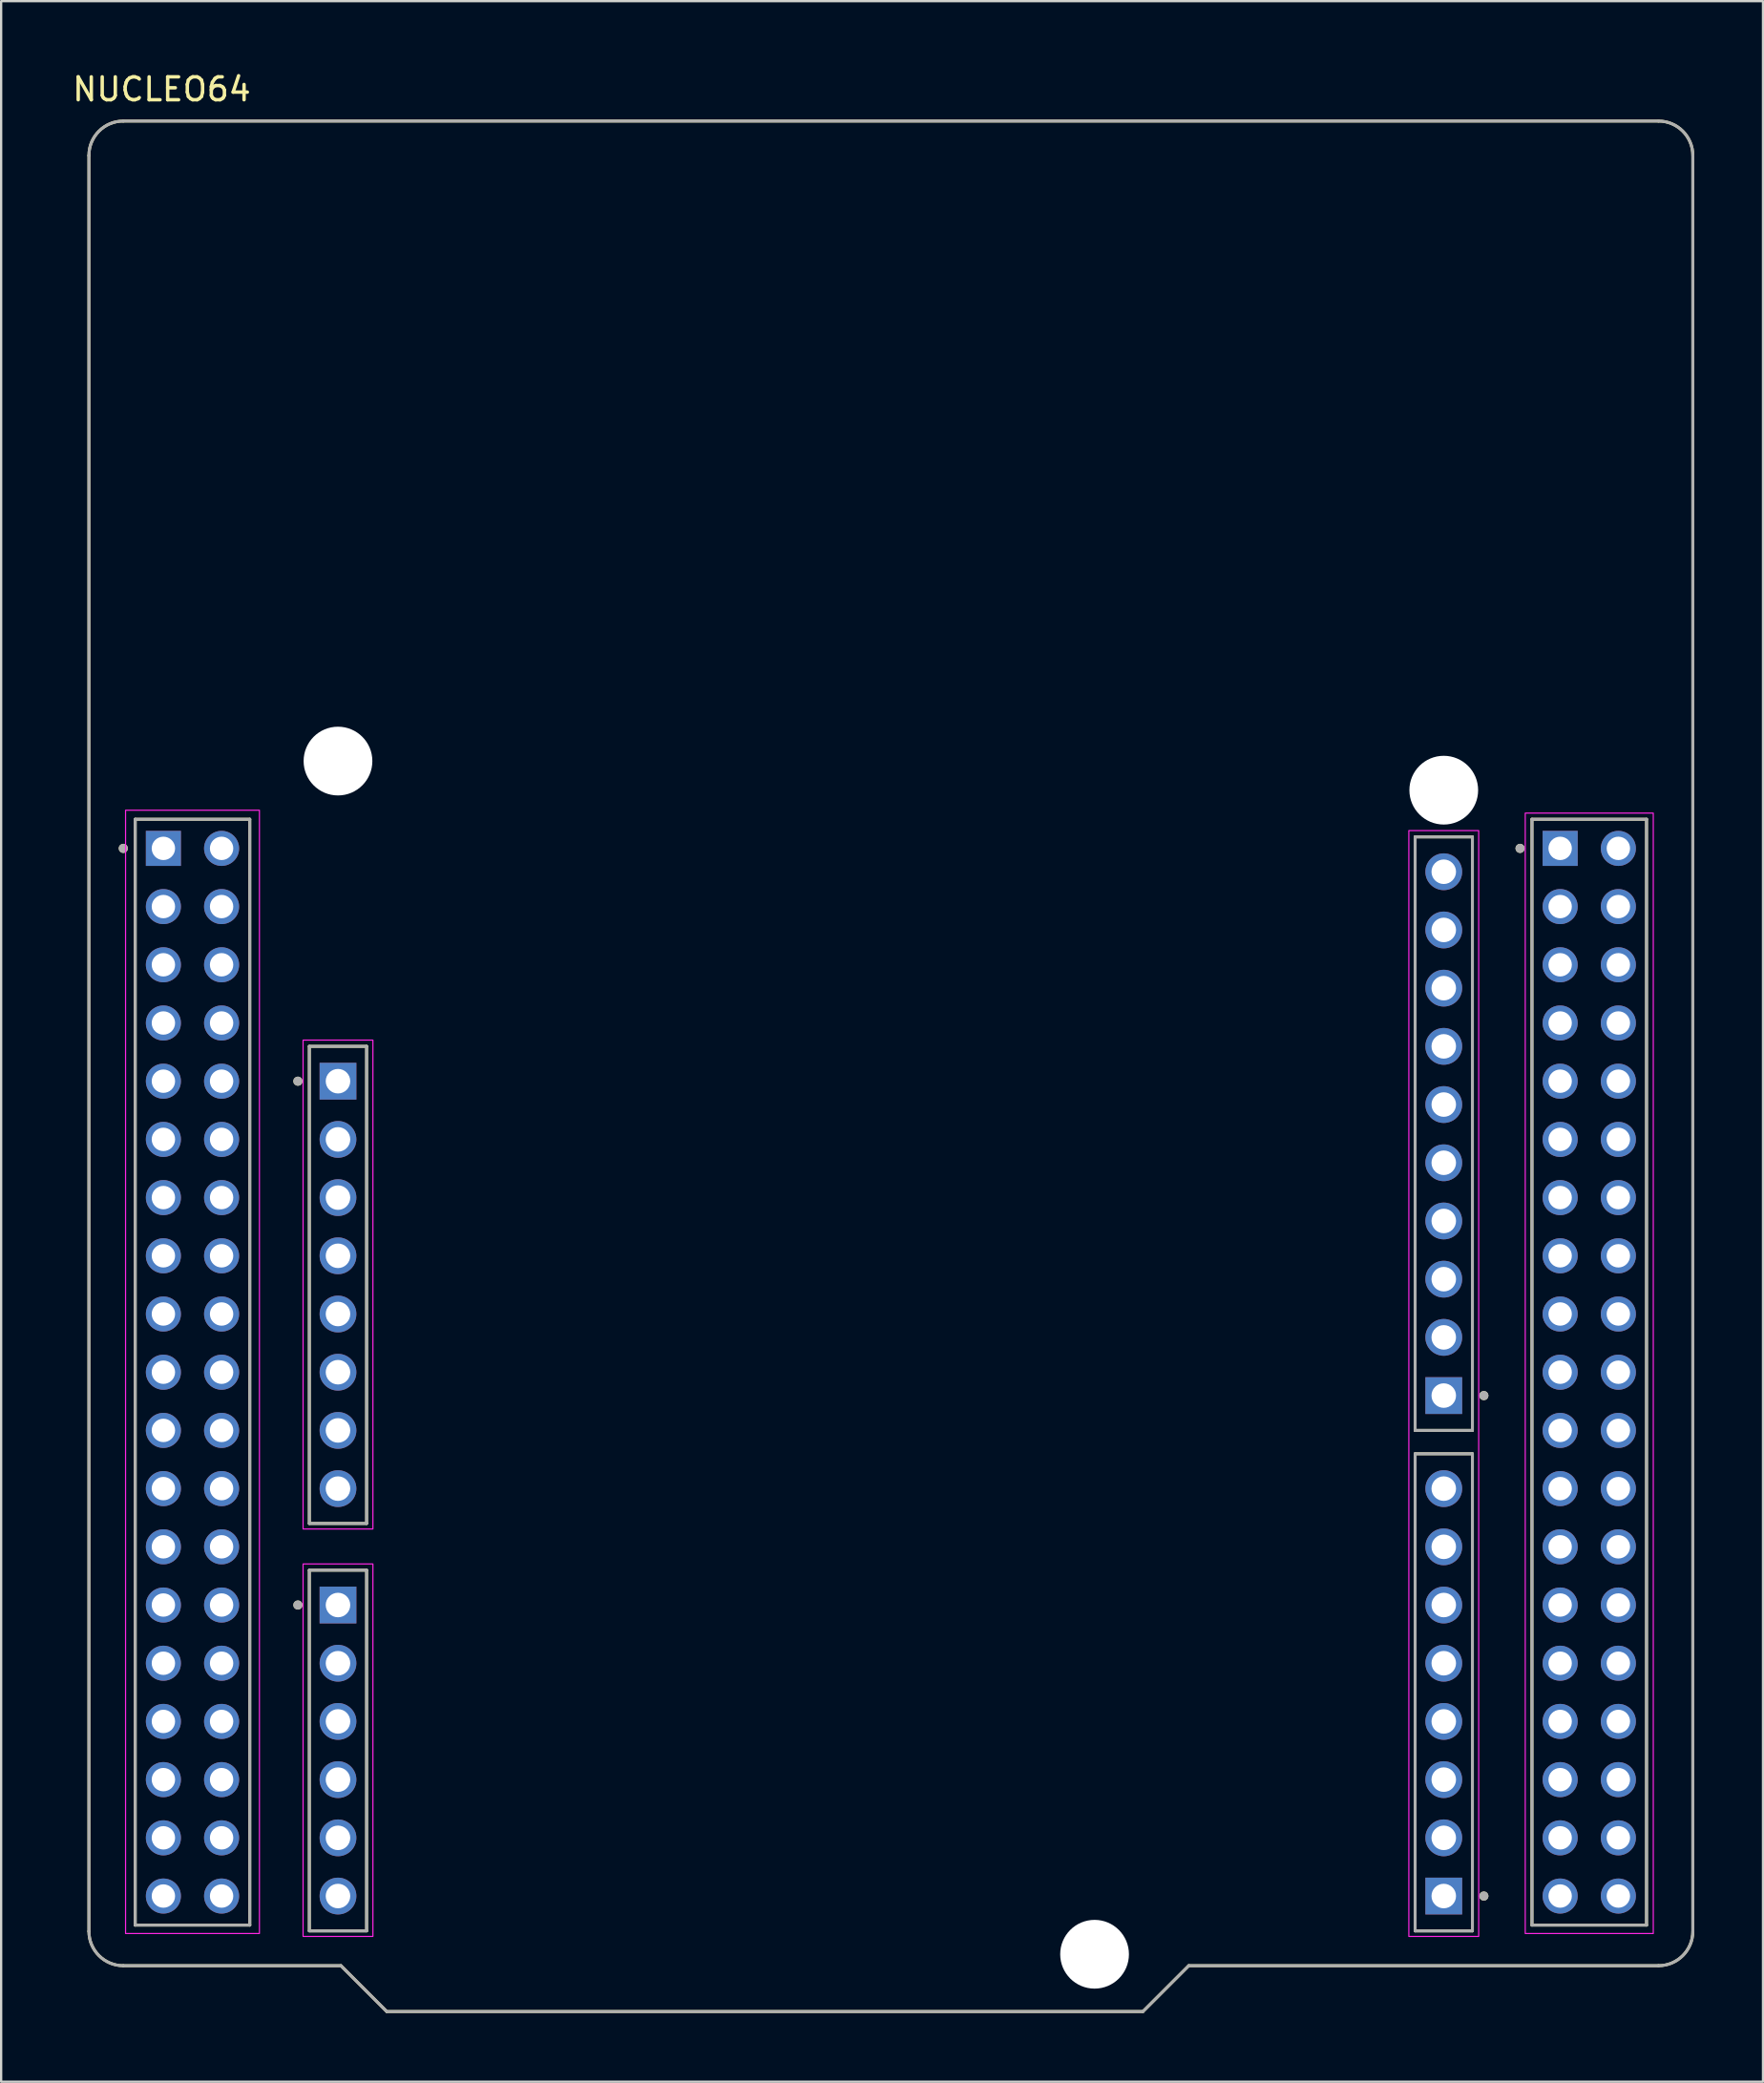
<source format=kicad_pcb>
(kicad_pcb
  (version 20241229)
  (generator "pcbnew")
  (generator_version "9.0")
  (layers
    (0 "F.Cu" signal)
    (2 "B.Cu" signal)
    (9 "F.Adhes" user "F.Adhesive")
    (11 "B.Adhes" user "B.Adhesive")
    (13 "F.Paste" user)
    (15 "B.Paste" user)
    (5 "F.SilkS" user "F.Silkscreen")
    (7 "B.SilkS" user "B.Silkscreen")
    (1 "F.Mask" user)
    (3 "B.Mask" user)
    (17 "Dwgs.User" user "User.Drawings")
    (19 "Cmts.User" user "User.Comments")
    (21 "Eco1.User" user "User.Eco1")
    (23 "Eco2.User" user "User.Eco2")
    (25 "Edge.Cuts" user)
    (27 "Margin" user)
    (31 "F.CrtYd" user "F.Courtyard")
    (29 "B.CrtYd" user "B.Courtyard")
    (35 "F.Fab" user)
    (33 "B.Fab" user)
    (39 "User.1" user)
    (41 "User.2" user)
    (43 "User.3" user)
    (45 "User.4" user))
  (footprint "NUCLEO64"
    (layer "F.Cu")
    (at 35.831 43.483)
    (property "Reference" "NUCLEO64" (at -31.825 -42.635 0) (layer "F.SilkS") (effects (font (size 1 1) (thickness 0.15))))
    (attr through_hole)
    (fp_line (start -35 37.75) (end -35 -39.75) (stroke (width 0.127) (type solid)) (layer "F.SilkS"))
    (fp_line (start -33.5 -41.25) (end 33.5 -41.25) (stroke (width 0.127) (type solid)) (layer "F.SilkS"))
    (fp_line (start -32.98 -10.78) (end -32.98 37.48) (stroke (width 0.127) (type solid)) (layer "F.SilkS"))
    (fp_line (start -32.98 37.48) (end -27.98 37.48) (stroke (width 0.127) (type solid)) (layer "F.SilkS"))
    (fp_line (start -27.98 -10.78) (end -32.98 -10.78) (stroke (width 0.127) (type solid)) (layer "F.SilkS"))
    (fp_line (start -27.98 37.48) (end -27.98 -10.78) (stroke (width 0.127) (type solid)) (layer "F.SilkS"))
    (fp_line (start -25.38 -0.87) (end -25.38 19.95) (stroke (width 0.127) (type solid)) (layer "F.SilkS"))
    (fp_line (start -25.38 19.95) (end -22.88 19.95) (stroke (width 0.127) (type solid)) (layer "F.SilkS"))
    (fp_line (start -25.38 21.99) (end -25.38 37.73) (stroke (width 0.127) (type solid)) (layer "F.SilkS"))
    (fp_line (start -25.38 37.73) (end -22.88 37.73) (stroke (width 0.127) (type solid)) (layer "F.SilkS"))
    (fp_line (start -24 39.25) (end -33.5 39.25) (stroke (width 0.127) (type solid)) (layer "F.SilkS"))
    (fp_line (start -22.88 -0.87) (end -25.38 -0.87) (stroke (width 0.127) (type solid)) (layer "F.SilkS"))
    (fp_line (start -22.88 19.95) (end -22.88 -0.87) (stroke (width 0.127) (type solid)) (layer "F.SilkS"))
    (fp_line (start -22.88 21.99) (end -25.38 21.99) (stroke (width 0.127) (type solid)) (layer "F.SilkS"))
    (fp_line (start -22.88 37.73) (end -22.88 21.99) (stroke (width 0.127) (type solid)) (layer "F.SilkS"))
    (fp_line (start -22 41.25) (end -24 39.25) (stroke (width 0.127) (type solid)) (layer "F.SilkS"))
    (fp_line (start 11 41.25) (end -22 41.25) (stroke (width 0.127) (type solid)) (layer "F.SilkS"))
    (fp_line (start 13 39.25) (end 11 41.25) (stroke (width 0.127) (type solid)) (layer "F.SilkS"))
    (fp_line (start 22.88 -10.01) (end 22.88 15.89) (stroke (width 0.127) (type solid)) (layer "F.SilkS"))
    (fp_line (start 22.88 15.89) (end 25.38 15.89) (stroke (width 0.127) (type solid)) (layer "F.SilkS"))
    (fp_line (start 22.88 16.91) (end 22.88 37.73) (stroke (width 0.127) (type solid)) (layer "F.SilkS"))
    (fp_line (start 22.88 37.73) (end 25.38 37.73) (stroke (width 0.127) (type solid)) (layer "F.SilkS"))
    (fp_line (start 25.38 -10.01) (end 22.88 -10.01) (stroke (width 0.127) (type solid)) (layer "F.SilkS"))
    (fp_line (start 25.38 15.89) (end 25.38 -10.01) (stroke (width 0.127) (type solid)) (layer "F.SilkS"))
    (fp_line (start 25.38 16.91) (end 22.88 16.91) (stroke (width 0.127) (type solid)) (layer "F.SilkS"))
    (fp_line (start 25.38 37.73) (end 25.38 16.91) (stroke (width 0.127) (type solid)) (layer "F.SilkS"))
    (fp_line (start 27.98 -10.78) (end 27.98 37.48) (stroke (width 0.127) (type solid)) (layer "F.SilkS"))
    (fp_line (start 27.98 37.48) (end 32.98 37.48) (stroke (width 0.127) (type solid)) (layer "F.SilkS"))
    (fp_line (start 32.98 -10.78) (end 27.98 -10.78) (stroke (width 0.127) (type solid)) (layer "F.SilkS"))
    (fp_line (start 32.98 37.48) (end 32.98 -10.78) (stroke (width 0.127) (type solid)) (layer "F.SilkS"))
    (fp_line (start 33.5 39.25) (end 13 39.25) (stroke (width 0.127) (type solid)) (layer "F.SilkS"))
    (fp_line (start 35 -39.75) (end 35 37.75) (stroke (width 0.127) (type solid)) (layer "F.SilkS"))
    (fp_arc (start -35 -39.75) (mid -34.56066 -40.81066) (end -33.5 -41.25) (stroke (width 0.127) (type solid)) (layer "F.SilkS"))
    (fp_arc (start -33.5 39.25) (mid -34.56066 38.81066) (end -35 37.75) (stroke (width 0.127) (type solid)) (layer "F.SilkS"))
    (fp_arc (start 33.5 -41.25) (mid 34.56066 -40.81066) (end 35 -39.75) (stroke (width 0.127) (type solid)) (layer "F.SilkS"))
    (fp_arc (start 35 37.75) (mid 34.56066 38.81066) (end 33.5 39.25) (stroke (width 0.127) (type solid)) (layer "F.SilkS"))
    (fp_circle (center -33.5 -9.51) (end -33.4 -9.51) (stroke (width 0.2) (type solid)) (fill no) (layer "F.SilkS"))
    (fp_circle (center -25.88 0.65) (end -25.78 0.65) (stroke (width 0.2) (type solid)) (fill no) (layer "F.SilkS"))
    (fp_circle (center -25.88 23.51) (end -25.78 23.51) (stroke (width 0.2) (type solid)) (fill no) (layer "F.SilkS"))
    (fp_circle (center 25.88 14.37) (end 25.98 14.37) (stroke (width 0.2) (type solid)) (fill no) (layer "F.SilkS"))
    (fp_circle (center 25.88 36.21) (end 25.98 36.21) (stroke (width 0.2) (type solid)) (fill no) (layer "F.SilkS"))
    (fp_circle (center 27.46 -9.51) (end 27.56 -9.51) (stroke (width 0.2) (type solid)) (fill no) (layer "F.SilkS"))
    (fp_rect (start -33.401 -11.176) (end -27.559 37.846) (stroke (width 0.05) (type default)) (fill no) (layer "F.CrtYd"))
    (fp_rect (start -25.654 -1.143) (end -22.606 20.193) (stroke (width 0.05) (type default)) (fill no) (layer "F.CrtYd"))
    (fp_rect (start -25.654 21.717) (end -22.606 37.973) (stroke (width 0.05) (type default)) (fill no) (layer "F.CrtYd"))
    (fp_rect (start 22.606 -10.287) (end 25.654 37.973) (stroke (width 0.05) (type default)) (fill no) (layer "F.CrtYd"))
    (fp_rect (start 27.686 -11.049) (end 33.274 37.846) (stroke (width 0.05) (type default)) (fill no) (layer "F.CrtYd"))
    (fp_line (start -35 37.75) (end -35 -39.75) (stroke (width 0.127) (type solid)) (layer "F.Fab"))
    (fp_line (start -33.5 -41.25) (end 33.5 -41.25) (stroke (width 0.127) (type solid)) (layer "F.Fab"))
    (fp_line (start -32.98 -10.78) (end -32.98 37.48) (stroke (width 0.127) (type solid)) (layer "F.Fab"))
    (fp_line (start -32.98 37.48) (end -27.98 37.48) (stroke (width 0.127) (type solid)) (layer "F.Fab"))
    (fp_line (start -27.98 -10.78) (end -32.98 -10.78) (stroke (width 0.127) (type solid)) (layer "F.Fab"))
    (fp_line (start -27.98 37.48) (end -27.98 -10.78) (stroke (width 0.127) (type solid)) (layer "F.Fab"))
    (fp_line (start -25.38 -0.87) (end -25.38 19.95) (stroke (width 0.127) (type solid)) (layer "F.Fab"))
    (fp_line (start -25.38 19.95) (end -22.88 19.95) (stroke (width 0.127) (type solid)) (layer "F.Fab"))
    (fp_line (start -25.38 21.99) (end -25.38 37.73) (stroke (width 0.127) (type solid)) (layer "F.Fab"))
    (fp_line (start -25.38 37.73) (end -22.88 37.73) (stroke (width 0.127) (type solid)) (layer "F.Fab"))
    (fp_line (start -24 39.25) (end -33.5 39.25) (stroke (width 0.127) (type solid)) (layer "F.Fab"))
    (fp_line (start -22.88 -0.87) (end -25.38 -0.87) (stroke (width 0.127) (type solid)) (layer "F.Fab"))
    (fp_line (start -22.88 19.95) (end -22.88 -0.87) (stroke (width 0.127) (type solid)) (layer "F.Fab"))
    (fp_line (start -22.88 21.99) (end -25.38 21.99) (stroke (width 0.127) (type solid)) (layer "F.Fab"))
    (fp_line (start -22.88 37.73) (end -22.88 21.99) (stroke (width 0.127) (type solid)) (layer "F.Fab"))
    (fp_line (start -22 41.25) (end -24 39.25) (stroke (width 0.127) (type solid)) (layer "F.Fab"))
    (fp_line (start 11 41.25) (end -22 41.25) (stroke (width 0.127) (type solid)) (layer "F.Fab"))
    (fp_line (start 13 39.25) (end 11 41.25) (stroke (width 0.127) (type solid)) (layer "F.Fab"))
    (fp_line (start 22.88 -10.01) (end 22.88 15.89) (stroke (width 0.127) (type solid)) (layer "F.Fab"))
    (fp_line (start 22.88 15.89) (end 25.38 15.89) (stroke (width 0.127) (type solid)) (layer "F.Fab"))
    (fp_line (start 22.88 16.91) (end 22.88 37.73) (stroke (width 0.127) (type solid)) (layer "F.Fab"))
    (fp_line (start 22.88 37.73) (end 25.38 37.73) (stroke (width 0.127) (type solid)) (layer "F.Fab"))
    (fp_line (start 25.38 -10.01) (end 22.88 -10.01) (stroke (width 0.127) (type solid)) (layer "F.Fab"))
    (fp_line (start 25.38 15.89) (end 25.38 -10.01) (stroke (width 0.127) (type solid)) (layer "F.Fab"))
    (fp_line (start 25.38 16.91) (end 22.88 16.91) (stroke (width 0.127) (type solid)) (layer "F.Fab"))
    (fp_line (start 25.38 37.73) (end 25.38 16.91) (stroke (width 0.127) (type solid)) (layer "F.Fab"))
    (fp_line (start 27.98 -10.78) (end 27.98 37.48) (stroke (width 0.127) (type solid)) (layer "F.Fab"))
    (fp_line (start 27.98 37.48) (end 32.98 37.48) (stroke (width 0.127) (type solid)) (layer "F.Fab"))
    (fp_line (start 32.98 -10.78) (end 27.98 -10.78) (stroke (width 0.127) (type solid)) (layer "F.Fab"))
    (fp_line (start 32.98 37.48) (end 32.98 -10.78) (stroke (width 0.127) (type solid)) (layer "F.Fab"))
    (fp_line (start 33.5 39.25) (end 13 39.25) (stroke (width 0.127) (type solid)) (layer "F.Fab"))
    (fp_line (start 35 -39.75) (end 35 37.75) (stroke (width 0.127) (type solid)) (layer "F.Fab"))
    (fp_arc (start -35 -39.75) (mid -34.56066 -40.81066) (end -33.5 -41.25) (stroke (width 0.127) (type solid)) (layer "F.Fab"))
    (fp_arc (start -33.5 39.25) (mid -34.56066 38.81066) (end -35 37.75) (stroke (width 0.127) (type solid)) (layer "F.Fab"))
    (fp_arc (start 33.5 -41.25) (mid 34.56066 -40.81066) (end 35 -39.75) (stroke (width 0.127) (type solid)) (layer "F.Fab"))
    (fp_arc (start 35 37.75) (mid 34.56066 38.81066) (end 33.5 39.25) (stroke (width 0.127) (type solid)) (layer "F.Fab"))
    (fp_circle (center -33.5 -9.51) (end -33.4 -9.51) (stroke (width 0.2) (type solid)) (fill no) (layer "F.Fab"))
    (fp_circle (center -25.88 0.65) (end -25.78 0.65) (stroke (width 0.2) (type solid)) (fill no) (layer "F.Fab"))
    (fp_circle (center -25.88 23.51) (end -25.78 23.51) (stroke (width 0.2) (type solid)) (fill no) (layer "F.Fab"))
    (fp_circle (center 25.88 14.37) (end 25.98 14.37) (stroke (width 0.2) (type solid)) (fill no) (layer "F.Fab"))
    (fp_circle (center 25.88 36.21) (end 25.98 36.21) (stroke (width 0.2) (type solid)) (fill no) (layer "F.Fab"))
    (fp_circle (center 27.46 -9.51) (end 27.56 -9.51) (stroke (width 0.2) (type solid)) (fill no) (layer "F.Fab"))
    (pad "" np_thru_hole circle (at -24.13 -13.32) (size 3 3) (drill 3) (layers "*.Cu" "*.Mask"))
    (pad "" np_thru_hole circle (at 8.89 38.75) (size 3 3) (drill 3) (layers "*.Cu" "*.Mask"))
    (pad "" np_thru_hole circle (at 24.13 -12.05) (size 3 3) (drill 3) (layers "*.Cu" "*.Mask"))
    (pad "CN5_1" thru_hole rect (at 24.13 14.37) (size 1.605 1.605) (drill 1.07) (layers "*.Cu" "*.Mask"))
    (pad "CN5_2" thru_hole circle (at 24.13 11.83) (size 1.605 1.605) (drill 1.07) (layers "*.Cu" "*.Mask"))
    (pad "CN5_3" thru_hole circle (at 24.13 9.29) (size 1.605 1.605) (drill 1.07) (layers "*.Cu" "*.Mask"))
    (pad "CN5_4" thru_hole circle (at 24.13 6.75) (size 1.605 1.605) (drill 1.07) (layers "*.Cu" "*.Mask"))
    (pad "CN5_5" thru_hole circle (at 24.13 4.21) (size 1.605 1.605) (drill 1.07) (layers "*.Cu" "*.Mask"))
    (pad "CN5_6" thru_hole circle (at 24.13 1.67) (size 1.605 1.605) (drill 1.07) (layers "*.Cu" "*.Mask"))
    (pad "CN5_7" thru_hole circle (at 24.13 -0.87) (size 1.605 1.605) (drill 1.07) (layers "*.Cu" "*.Mask"))
    (pad "CN5_8" thru_hole circle (at 24.13 -3.41) (size 1.605 1.605) (drill 1.07) (layers "*.Cu" "*.Mask"))
    (pad "CN5_9" thru_hole circle (at 24.13 -5.95) (size 1.605 1.605) (drill 1.07) (layers "*.Cu" "*.Mask"))
    (pad "CN5_10" thru_hole circle (at 24.13 -8.49) (size 1.605 1.605) (drill 1.07) (layers "*.Cu" "*.Mask"))
    (pad "CN6_1" thru_hole rect (at -24.13 0.65) (size 1.605 1.605) (drill 1.07) (layers "*.Cu" "*.Mask"))
    (pad "CN6_2" thru_hole circle (at -24.13 3.19) (size 1.605 1.605) (drill 1.07) (layers "*.Cu" "*.Mask"))
    (pad "CN6_3" thru_hole circle (at -24.13 5.73) (size 1.605 1.605) (drill 1.07) (layers "*.Cu" "*.Mask"))
    (pad "CN6_4" thru_hole circle (at -24.13 8.27) (size 1.605 1.605) (drill 1.07) (layers "*.Cu" "*.Mask"))
    (pad "CN6_5" thru_hole circle (at -24.13 10.81) (size 1.605 1.605) (drill 1.07) (layers "*.Cu" "*.Mask"))
    (pad "CN6_6" thru_hole circle (at -24.13 13.35) (size 1.605 1.605) (drill 1.07) (layers "*.Cu" "*.Mask"))
    (pad "CN6_7" thru_hole circle (at -24.13 15.89) (size 1.605 1.605) (drill 1.07) (layers "*.Cu" "*.Mask"))
    (pad "CN6_8" thru_hole circle (at -24.13 18.43) (size 1.605 1.605) (drill 1.07) (layers "*.Cu" "*.Mask"))
    (pad "CN7_1" thru_hole rect (at -31.75 -9.51) (size 1.53 1.53) (drill 1.02) (layers "*.Cu" "*.Mask"))
    (pad "CN7_2" thru_hole circle (at -29.21 -9.51) (size 1.53 1.53) (drill 1.02) (layers "*.Cu" "*.Mask"))
    (pad "CN7_3" thru_hole circle (at -31.75 -6.97) (size 1.53 1.53) (drill 1.02) (layers "*.Cu" "*.Mask"))
    (pad "CN7_4" thru_hole circle (at -29.21 -6.97) (size 1.53 1.53) (drill 1.02) (layers "*.Cu" "*.Mask"))
    (pad "CN7_5" thru_hole circle (at -31.75 -4.43) (size 1.53 1.53) (drill 1.02) (layers "*.Cu" "*.Mask"))
    (pad "CN7_6" thru_hole circle (at -29.21 -4.43) (size 1.53 1.53) (drill 1.02) (layers "*.Cu" "*.Mask"))
    (pad "CN7_7" thru_hole circle (at -31.75 -1.89) (size 1.53 1.53) (drill 1.02) (layers "*.Cu" "*.Mask"))
    (pad "CN7_8" thru_hole circle (at -29.21 -1.89) (size 1.53 1.53) (drill 1.02) (layers "*.Cu" "*.Mask"))
    (pad "CN7_9" thru_hole circle (at -31.75 0.65) (size 1.53 1.53) (drill 1.02) (layers "*.Cu" "*.Mask"))
    (pad "CN7_10" thru_hole circle (at -29.21 0.65) (size 1.53 1.53) (drill 1.02) (layers "*.Cu" "*.Mask"))
    (pad "CN7_11" thru_hole circle (at -31.75 3.19) (size 1.53 1.53) (drill 1.02) (layers "*.Cu" "*.Mask"))
    (pad "CN7_12" thru_hole circle (at -29.21 3.19) (size 1.53 1.53) (drill 1.02) (layers "*.Cu" "*.Mask"))
    (pad "CN7_13" thru_hole circle (at -31.75 5.73) (size 1.53 1.53) (drill 1.02) (layers "*.Cu" "*.Mask"))
    (pad "CN7_14" thru_hole circle (at -29.21 5.73) (size 1.53 1.53) (drill 1.02) (layers "*.Cu" "*.Mask"))
    (pad "CN7_15" thru_hole circle (at -31.75 8.27) (size 1.53 1.53) (drill 1.02) (layers "*.Cu" "*.Mask"))
    (pad "CN7_16" thru_hole circle (at -29.21 8.27) (size 1.53 1.53) (drill 1.02) (layers "*.Cu" "*.Mask"))
    (pad "CN7_17" thru_hole circle (at -31.75 10.81) (size 1.53 1.53) (drill 1.02) (layers "*.Cu" "*.Mask"))
    (pad "CN7_18" thru_hole circle (at -29.21 10.81) (size 1.53 1.53) (drill 1.02) (layers "*.Cu" "*.Mask"))
    (pad "CN7_19" thru_hole circle (at -31.75 13.35) (size 1.53 1.53) (drill 1.02) (layers "*.Cu" "*.Mask"))
    (pad "CN7_20" thru_hole circle (at -29.21 13.35) (size 1.53 1.53) (drill 1.02) (layers "*.Cu" "*.Mask"))
    (pad "CN7_21" thru_hole circle (at -31.75 15.89) (size 1.53 1.53) (drill 1.02) (layers "*.Cu" "*.Mask"))
    (pad "CN7_22" thru_hole circle (at -29.21 15.89) (size 1.53 1.53) (drill 1.02) (layers "*.Cu" "*.Mask"))
    (pad "CN7_23" thru_hole circle (at -31.75 18.43) (size 1.53 1.53) (drill 1.02) (layers "*.Cu" "*.Mask"))
    (pad "CN7_24" thru_hole circle (at -29.21 18.43) (size 1.53 1.53) (drill 1.02) (layers "*.Cu" "*.Mask"))
    (pad "CN7_25" thru_hole circle (at -31.75 20.97) (size 1.53 1.53) (drill 1.02) (layers "*.Cu" "*.Mask"))
    (pad "CN7_26" thru_hole circle (at -29.21 20.97) (size 1.53 1.53) (drill 1.02) (layers "*.Cu" "*.Mask"))
    (pad "CN7_27" thru_hole circle (at -31.75 23.51) (size 1.53 1.53) (drill 1.02) (layers "*.Cu" "*.Mask"))
    (pad "CN7_28" thru_hole circle (at -29.21 23.51) (size 1.53 1.53) (drill 1.02) (layers "*.Cu" "*.Mask"))
    (pad "CN7_29" thru_hole circle (at -31.75 26.05) (size 1.53 1.53) (drill 1.02) (layers "*.Cu" "*.Mask"))
    (pad "CN7_30" thru_hole circle (at -29.21 26.05) (size 1.53 1.53) (drill 1.02) (layers "*.Cu" "*.Mask"))
    (pad "CN7_31" thru_hole circle (at -31.75 28.59) (size 1.53 1.53) (drill 1.02) (layers "*.Cu" "*.Mask"))
    (pad "CN7_32" thru_hole circle (at -29.21 28.59) (size 1.53 1.53) (drill 1.02) (layers "*.Cu" "*.Mask"))
    (pad "CN7_33" thru_hole circle (at -31.75 31.13) (size 1.53 1.53) (drill 1.02) (layers "*.Cu" "*.Mask"))
    (pad "CN7_34" thru_hole circle (at -29.21 31.13) (size 1.53 1.53) (drill 1.02) (layers "*.Cu" "*.Mask"))
    (pad "CN7_35" thru_hole circle (at -31.75 33.67) (size 1.53 1.53) (drill 1.02) (layers "*.Cu" "*.Mask"))
    (pad "CN7_36" thru_hole circle (at -29.21 33.67) (size 1.53 1.53) (drill 1.02) (layers "*.Cu" "*.Mask"))
    (pad "CN7_37" thru_hole circle (at -31.75 36.21) (size 1.53 1.53) (drill 1.02) (layers "*.Cu" "*.Mask"))
    (pad "CN7_38" thru_hole circle (at -29.21 36.21) (size 1.53 1.53) (drill 1.02) (layers "*.Cu" "*.Mask"))
    (pad "CN8_1" thru_hole rect (at -24.13 23.51) (size 1.605 1.605) (drill 1.07) (layers "*.Cu" "*.Mask"))
    (pad "CN8_2" thru_hole circle (at -24.13 26.05) (size 1.605 1.605) (drill 1.07) (layers "*.Cu" "*.Mask"))
    (pad "CN8_3" thru_hole circle (at -24.13 28.59) (size 1.605 1.605) (drill 1.07) (layers "*.Cu" "*.Mask"))
    (pad "CN8_4" thru_hole circle (at -24.13 31.13) (size 1.605 1.605) (drill 1.07) (layers "*.Cu" "*.Mask"))
    (pad "CN8_5" thru_hole circle (at -24.13 33.67) (size 1.605 1.605) (drill 1.07) (layers "*.Cu" "*.Mask"))
    (pad "CN8_6" thru_hole circle (at -24.13 36.21) (size 1.605 1.605) (drill 1.07) (layers "*.Cu" "*.Mask"))
    (pad "CN9_1" thru_hole rect (at 24.13 36.21) (size 1.605 1.605) (drill 1.07) (layers "*.Cu" "*.Mask"))
    (pad "CN9_2" thru_hole circle (at 24.13 33.67) (size 1.605 1.605) (drill 1.07) (layers "*.Cu" "*.Mask"))
    (pad "CN9_3" thru_hole circle (at 24.13 31.13) (size 1.605 1.605) (drill 1.07) (layers "*.Cu" "*.Mask"))
    (pad "CN9_4" thru_hole circle (at 24.13 28.59) (size 1.605 1.605) (drill 1.07) (layers "*.Cu" "*.Mask"))
    (pad "CN9_5" thru_hole circle (at 24.13 26.05) (size 1.605 1.605) (drill 1.07) (layers "*.Cu" "*.Mask"))
    (pad "CN9_6" thru_hole circle (at 24.13 23.51) (size 1.605 1.605) (drill 1.07) (layers "*.Cu" "*.Mask"))
    (pad "CN9_7" thru_hole circle (at 24.13 20.97) (size 1.605 1.605) (drill 1.07) (layers "*.Cu" "*.Mask"))
    (pad "CN9_8" thru_hole circle (at 24.13 18.43) (size 1.605 1.605) (drill 1.07) (layers "*.Cu" "*.Mask"))
    (pad "CN10_1" thru_hole rect (at 29.21 -9.51) (size 1.53 1.53) (drill 1.02) (layers "*.Cu" "*.Mask"))
    (pad "CN10_2" thru_hole circle (at 31.75 -9.51) (size 1.53 1.53) (drill 1.02) (layers "*.Cu" "*.Mask"))
    (pad "CN10_3" thru_hole circle (at 29.21 -6.97) (size 1.53 1.53) (drill 1.02) (layers "*.Cu" "*.Mask"))
    (pad "CN10_4" thru_hole circle (at 31.75 -6.97) (size 1.53 1.53) (drill 1.02) (layers "*.Cu" "*.Mask"))
    (pad "CN10_5" thru_hole circle (at 29.21 -4.43) (size 1.53 1.53) (drill 1.02) (layers "*.Cu" "*.Mask"))
    (pad "CN10_6" thru_hole circle (at 31.75 -4.43) (size 1.53 1.53) (drill 1.02) (layers "*.Cu" "*.Mask"))
    (pad "CN10_7" thru_hole circle (at 29.21 -1.89) (size 1.53 1.53) (drill 1.02) (layers "*.Cu" "*.Mask"))
    (pad "CN10_8" thru_hole circle (at 31.75 -1.89) (size 1.53 1.53) (drill 1.02) (layers "*.Cu" "*.Mask"))
    (pad "CN10_9" thru_hole circle (at 29.21 0.65) (size 1.53 1.53) (drill 1.02) (layers "*.Cu" "*.Mask"))
    (pad "CN10_10" thru_hole circle (at 31.75 0.65) (size 1.53 1.53) (drill 1.02) (layers "*.Cu" "*.Mask"))
    (pad "CN10_11" thru_hole circle (at 29.21 3.19) (size 1.53 1.53) (drill 1.02) (layers "*.Cu" "*.Mask"))
    (pad "CN10_12" thru_hole circle (at 31.75 3.19) (size 1.53 1.53) (drill 1.02) (layers "*.Cu" "*.Mask"))
    (pad "CN10_13" thru_hole circle (at 29.21 5.73) (size 1.53 1.53) (drill 1.02) (layers "*.Cu" "*.Mask"))
    (pad "CN10_14" thru_hole circle (at 31.75 5.73) (size 1.53 1.53) (drill 1.02) (layers "*.Cu" "*.Mask"))
    (pad "CN10_15" thru_hole circle (at 29.21 8.27) (size 1.53 1.53) (drill 1.02) (layers "*.Cu" "*.Mask"))
    (pad "CN10_16" thru_hole circle (at 31.75 8.27) (size 1.53 1.53) (drill 1.02) (layers "*.Cu" "*.Mask"))
    (pad "CN10_17" thru_hole circle (at 29.21 10.81) (size 1.53 1.53) (drill 1.02) (layers "*.Cu" "*.Mask"))
    (pad "CN10_18" thru_hole circle (at 31.75 10.81) (size 1.53 1.53) (drill 1.02) (layers "*.Cu" "*.Mask"))
    (pad "CN10_19" thru_hole circle (at 29.21 13.35) (size 1.53 1.53) (drill 1.02) (layers "*.Cu" "*.Mask"))
    (pad "CN10_20" thru_hole circle (at 31.75 13.35) (size 1.53 1.53) (drill 1.02) (layers "*.Cu" "*.Mask"))
    (pad "CN10_21" thru_hole circle (at 29.21 15.89) (size 1.53 1.53) (drill 1.02) (layers "*.Cu" "*.Mask"))
    (pad "CN10_22" thru_hole circle (at 31.75 15.89) (size 1.53 1.53) (drill 1.02) (layers "*.Cu" "*.Mask"))
    (pad "CN10_23" thru_hole circle (at 29.21 18.43) (size 1.53 1.53) (drill 1.02) (layers "*.Cu" "*.Mask"))
    (pad "CN10_24" thru_hole circle (at 31.75 18.43) (size 1.53 1.53) (drill 1.02) (layers "*.Cu" "*.Mask"))
    (pad "CN10_25" thru_hole circle (at 29.21 20.97) (size 1.53 1.53) (drill 1.02) (layers "*.Cu" "*.Mask"))
    (pad "CN10_26" thru_hole circle (at 31.75 20.97) (size 1.53 1.53) (drill 1.02) (layers "*.Cu" "*.Mask"))
    (pad "CN10_27" thru_hole circle (at 29.21 23.51) (size 1.53 1.53) (drill 1.02) (layers "*.Cu" "*.Mask"))
    (pad "CN10_28" thru_hole circle (at 31.75 23.51) (size 1.53 1.53) (drill 1.02) (layers "*.Cu" "*.Mask"))
    (pad "CN10_29" thru_hole circle (at 29.21 26.05) (size 1.53 1.53) (drill 1.02) (layers "*.Cu" "*.Mask"))
    (pad "CN10_30" thru_hole circle (at 31.75 26.05) (size 1.53 1.53) (drill 1.02) (layers "*.Cu" "*.Mask"))
    (pad "CN10_31" thru_hole circle (at 29.21 28.59) (size 1.53 1.53) (drill 1.02) (layers "*.Cu" "*.Mask"))
    (pad "CN10_32" thru_hole circle (at 31.75 28.59) (size 1.53 1.53) (drill 1.02) (layers "*.Cu" "*.Mask"))
    (pad "CN10_33" thru_hole circle (at 29.21 31.13) (size 1.53 1.53) (drill 1.02) (layers "*.Cu" "*.Mask"))
    (pad "CN10_34" thru_hole circle (at 31.75 31.13) (size 1.53 1.53) (drill 1.02) (layers "*.Cu" "*.Mask"))
    (pad "CN10_35" thru_hole circle (at 29.21 33.67) (size 1.53 1.53) (drill 1.02) (layers "*.Cu" "*.Mask"))
    (pad "CN10_36" thru_hole circle (at 31.75 33.67) (size 1.53 1.53) (drill 1.02) (layers "*.Cu" "*.Mask"))
    (pad "CN10_37" thru_hole circle (at 29.21 36.21) (size 1.53 1.53) (drill 1.02) (layers "*.Cu" "*.Mask"))
    (pad "CN10_38" thru_hole circle (at 31.75 36.21) (size 1.53 1.53) (drill 1.02) (layers "*.Cu" "*.Mask")))
  (gr_rect
    (start -3 -3)
    (end 73.894 87.797)
    (stroke (width 0.1) (type default))
    (fill no)
    (layer "Edge.Cuts")))
</source>
